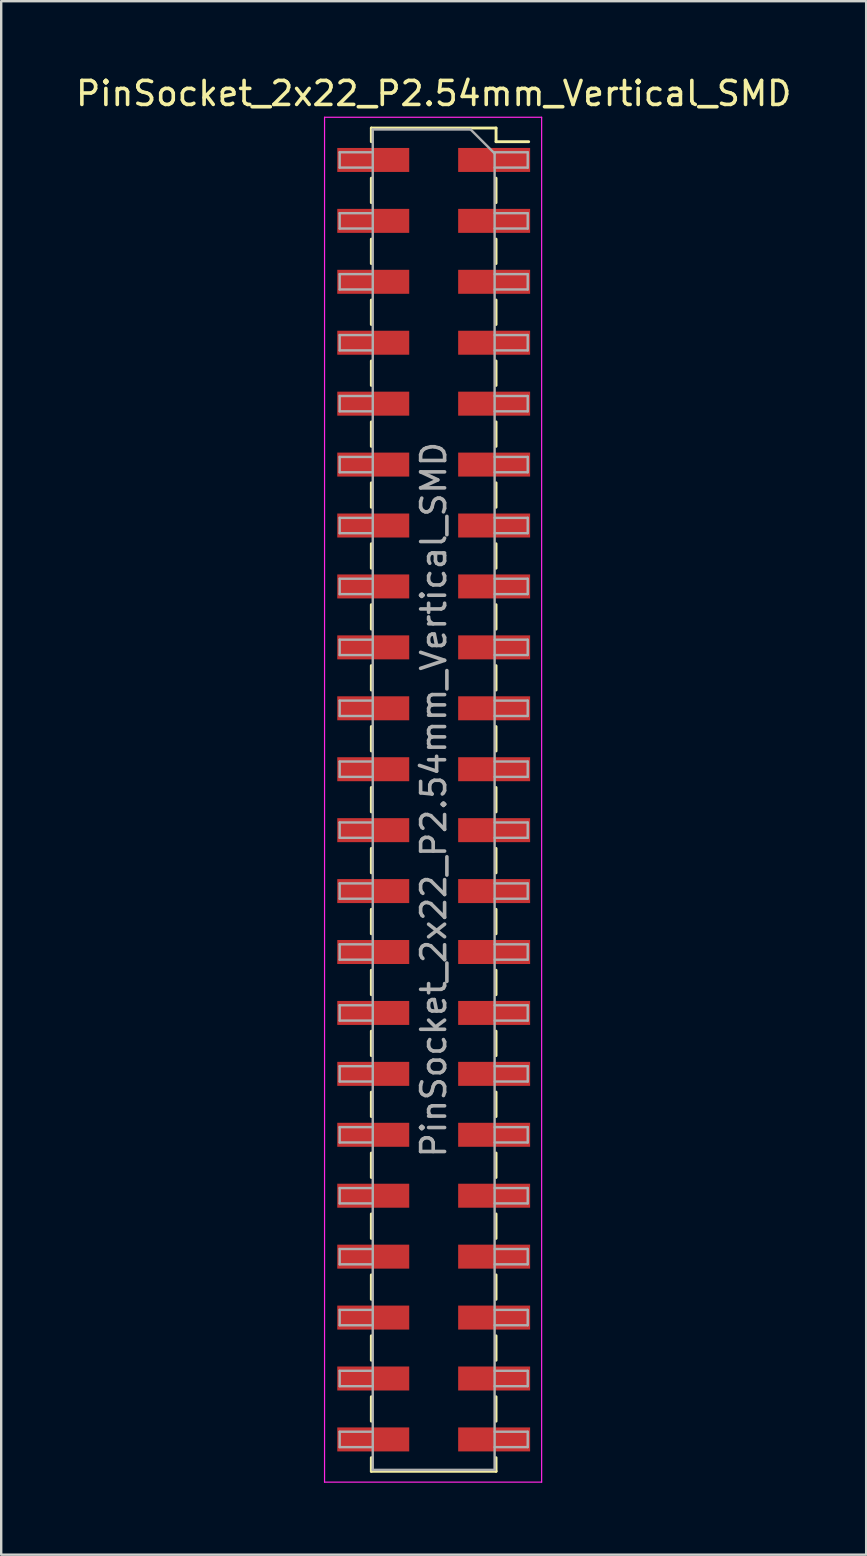
<source format=kicad_pcb>
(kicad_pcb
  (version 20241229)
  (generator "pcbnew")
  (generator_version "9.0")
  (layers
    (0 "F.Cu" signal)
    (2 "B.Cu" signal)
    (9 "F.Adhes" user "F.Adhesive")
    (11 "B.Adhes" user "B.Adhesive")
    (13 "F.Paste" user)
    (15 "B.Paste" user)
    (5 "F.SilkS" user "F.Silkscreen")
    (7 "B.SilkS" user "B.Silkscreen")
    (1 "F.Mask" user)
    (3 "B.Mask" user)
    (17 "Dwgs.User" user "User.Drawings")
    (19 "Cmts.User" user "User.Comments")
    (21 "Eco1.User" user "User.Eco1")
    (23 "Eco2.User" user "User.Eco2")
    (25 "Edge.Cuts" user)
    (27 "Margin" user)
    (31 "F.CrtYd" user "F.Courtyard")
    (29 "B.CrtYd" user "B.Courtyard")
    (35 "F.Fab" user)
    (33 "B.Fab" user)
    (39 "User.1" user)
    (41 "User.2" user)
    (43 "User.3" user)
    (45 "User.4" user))
  (footprint "PinSocket_2x22_P2.54mm_Vertical_SMD"
    (layer "F.Cu")
    (at 15.03 30.288)
    (property "Reference" "PinSocket_2x22_P2.54mm_Vertical_SMD" (at 0 -29.44 0) (layer "F.SilkS") (effects (font (size 1 1) (thickness 0.15))))
    (attr smd)
    (fp_line (start -2.6 -28) (end -2.6 -27.43) (stroke (width 0.12) (type solid)) (layer "F.SilkS"))
    (fp_line (start -2.6 -28) (end 2.6 -28) (stroke (width 0.12) (type solid)) (layer "F.SilkS"))
    (fp_line (start -2.6 -25.91) (end -2.6 -24.89) (stroke (width 0.12) (type solid)) (layer "F.SilkS"))
    (fp_line (start -2.6 -23.37) (end -2.6 -22.35) (stroke (width 0.12) (type solid)) (layer "F.SilkS"))
    (fp_line (start -2.6 -20.83) (end -2.6 -19.81) (stroke (width 0.12) (type solid)) (layer "F.SilkS"))
    (fp_line (start -2.6 -18.29) (end -2.6 -17.27) (stroke (width 0.12) (type solid)) (layer "F.SilkS"))
    (fp_line (start -2.6 -15.75) (end -2.6 -14.73) (stroke (width 0.12) (type solid)) (layer "F.SilkS"))
    (fp_line (start -2.6 -13.21) (end -2.6 -12.19) (stroke (width 0.12) (type solid)) (layer "F.SilkS"))
    (fp_line (start -2.6 -10.67) (end -2.6 -9.65) (stroke (width 0.12) (type solid)) (layer "F.SilkS"))
    (fp_line (start -2.6 -8.13) (end -2.6 -7.11) (stroke (width 0.12) (type solid)) (layer "F.SilkS"))
    (fp_line (start -2.6 -5.59) (end -2.6 -4.57) (stroke (width 0.12) (type solid)) (layer "F.SilkS"))
    (fp_line (start -2.6 -3.05) (end -2.6 -2.03) (stroke (width 0.12) (type solid)) (layer "F.SilkS"))
    (fp_line (start -2.6 -0.51) (end -2.6 0.51) (stroke (width 0.12) (type solid)) (layer "F.SilkS"))
    (fp_line (start -2.6 2.03) (end -2.6 3.05) (stroke (width 0.12) (type solid)) (layer "F.SilkS"))
    (fp_line (start -2.6 4.57) (end -2.6 5.59) (stroke (width 0.12) (type solid)) (layer "F.SilkS"))
    (fp_line (start -2.6 7.11) (end -2.6 8.13) (stroke (width 0.12) (type solid)) (layer "F.SilkS"))
    (fp_line (start -2.6 9.65) (end -2.6 10.67) (stroke (width 0.12) (type solid)) (layer "F.SilkS"))
    (fp_line (start -2.6 12.19) (end -2.6 13.21) (stroke (width 0.12) (type solid)) (layer "F.SilkS"))
    (fp_line (start -2.6 14.73) (end -2.6 15.75) (stroke (width 0.12) (type solid)) (layer "F.SilkS"))
    (fp_line (start -2.6 17.27) (end -2.6 18.29) (stroke (width 0.12) (type solid)) (layer "F.SilkS"))
    (fp_line (start -2.6 19.81) (end -2.6 20.83) (stroke (width 0.12) (type solid)) (layer "F.SilkS"))
    (fp_line (start -2.6 22.35) (end -2.6 23.37) (stroke (width 0.12) (type solid)) (layer "F.SilkS"))
    (fp_line (start -2.6 24.89) (end -2.6 25.91) (stroke (width 0.12) (type solid)) (layer "F.SilkS"))
    (fp_line (start -2.6 27.43) (end -2.6 28) (stroke (width 0.12) (type solid)) (layer "F.SilkS"))
    (fp_line (start -2.6 28) (end 2.6 28) (stroke (width 0.12) (type solid)) (layer "F.SilkS"))
    (fp_line (start 2.6 -28) (end 2.6 -27.43) (stroke (width 0.12) (type solid)) (layer "F.SilkS"))
    (fp_line (start 2.6 -27.43) (end 3.96 -27.43) (stroke (width 0.12) (type solid)) (layer "F.SilkS"))
    (fp_line (start 2.6 -25.91) (end 2.6 -24.89) (stroke (width 0.12) (type solid)) (layer "F.SilkS"))
    (fp_line (start 2.6 -23.37) (end 2.6 -22.35) (stroke (width 0.12) (type solid)) (layer "F.SilkS"))
    (fp_line (start 2.6 -20.83) (end 2.6 -19.81) (stroke (width 0.12) (type solid)) (layer "F.SilkS"))
    (fp_line (start 2.6 -18.29) (end 2.6 -17.27) (stroke (width 0.12) (type solid)) (layer "F.SilkS"))
    (fp_line (start 2.6 -15.75) (end 2.6 -14.73) (stroke (width 0.12) (type solid)) (layer "F.SilkS"))
    (fp_line (start 2.6 -13.21) (end 2.6 -12.19) (stroke (width 0.12) (type solid)) (layer "F.SilkS"))
    (fp_line (start 2.6 -10.67) (end 2.6 -9.65) (stroke (width 0.12) (type solid)) (layer "F.SilkS"))
    (fp_line (start 2.6 -8.13) (end 2.6 -7.11) (stroke (width 0.12) (type solid)) (layer "F.SilkS"))
    (fp_line (start 2.6 -5.59) (end 2.6 -4.57) (stroke (width 0.12) (type solid)) (layer "F.SilkS"))
    (fp_line (start 2.6 -3.05) (end 2.6 -2.03) (stroke (width 0.12) (type solid)) (layer "F.SilkS"))
    (fp_line (start 2.6 -0.51) (end 2.6 0.51) (stroke (width 0.12) (type solid)) (layer "F.SilkS"))
    (fp_line (start 2.6 2.03) (end 2.6 3.05) (stroke (width 0.12) (type solid)) (layer "F.SilkS"))
    (fp_line (start 2.6 4.57) (end 2.6 5.59) (stroke (width 0.12) (type solid)) (layer "F.SilkS"))
    (fp_line (start 2.6 7.11) (end 2.6 8.13) (stroke (width 0.12) (type solid)) (layer "F.SilkS"))
    (fp_line (start 2.6 9.65) (end 2.6 10.67) (stroke (width 0.12) (type solid)) (layer "F.SilkS"))
    (fp_line (start 2.6 12.19) (end 2.6 13.21) (stroke (width 0.12) (type solid)) (layer "F.SilkS"))
    (fp_line (start 2.6 14.73) (end 2.6 15.75) (stroke (width 0.12) (type solid)) (layer "F.SilkS"))
    (fp_line (start 2.6 17.27) (end 2.6 18.29) (stroke (width 0.12) (type solid)) (layer "F.SilkS"))
    (fp_line (start 2.6 19.81) (end 2.6 20.83) (stroke (width 0.12) (type solid)) (layer "F.SilkS"))
    (fp_line (start 2.6 22.35) (end 2.6 23.37) (stroke (width 0.12) (type solid)) (layer "F.SilkS"))
    (fp_line (start 2.6 24.89) (end 2.6 25.91) (stroke (width 0.12) (type solid)) (layer "F.SilkS"))
    (fp_line (start 2.6 27.43) (end 2.6 28) (stroke (width 0.12) (type solid)) (layer "F.SilkS"))
    (fp_line (start -4.55 -28.45) (end 4.5 -28.45) (stroke (width 0.05) (type solid)) (layer "F.CrtYd"))
    (fp_line (start -4.55 28.45) (end -4.55 -28.45) (stroke (width 0.05) (type solid)) (layer "F.CrtYd"))
    (fp_line (start 4.5 -28.45) (end 4.5 28.45) (stroke (width 0.05) (type solid)) (layer "F.CrtYd"))
    (fp_line (start 4.5 28.45) (end -4.55 28.45) (stroke (width 0.05) (type solid)) (layer "F.CrtYd"))
    (fp_line (start -3.92 -26.99) (end -2.54 -26.99) (stroke (width 0.1) (type solid)) (layer "F.Fab"))
    (fp_line (start -3.92 -26.35) (end -3.92 -26.99) (stroke (width 0.1) (type solid)) (layer "F.Fab"))
    (fp_line (start -3.92 -24.45) (end -2.54 -24.45) (stroke (width 0.1) (type solid)) (layer "F.Fab"))
    (fp_line (start -3.92 -23.81) (end -3.92 -24.45) (stroke (width 0.1) (type solid)) (layer "F.Fab"))
    (fp_line (start -3.92 -21.91) (end -2.54 -21.91) (stroke (width 0.1) (type solid)) (layer "F.Fab"))
    (fp_line (start -3.92 -21.27) (end -3.92 -21.91) (stroke (width 0.1) (type solid)) (layer "F.Fab"))
    (fp_line (start -3.92 -19.37) (end -2.54 -19.37) (stroke (width 0.1) (type solid)) (layer "F.Fab"))
    (fp_line (start -3.92 -18.73) (end -3.92 -19.37) (stroke (width 0.1) (type solid)) (layer "F.Fab"))
    (fp_line (start -3.92 -16.83) (end -2.54 -16.83) (stroke (width 0.1) (type solid)) (layer "F.Fab"))
    (fp_line (start -3.92 -16.19) (end -3.92 -16.83) (stroke (width 0.1) (type solid)) (layer "F.Fab"))
    (fp_line (start -3.92 -14.29) (end -2.54 -14.29) (stroke (width 0.1) (type solid)) (layer "F.Fab"))
    (fp_line (start -3.92 -13.65) (end -3.92 -14.29) (stroke (width 0.1) (type solid)) (layer "F.Fab"))
    (fp_line (start -3.92 -11.75) (end -2.54 -11.75) (stroke (width 0.1) (type solid)) (layer "F.Fab"))
    (fp_line (start -3.92 -11.11) (end -3.92 -11.75) (stroke (width 0.1) (type solid)) (layer "F.Fab"))
    (fp_line (start -3.92 -9.21) (end -2.54 -9.21) (stroke (width 0.1) (type solid)) (layer "F.Fab"))
    (fp_line (start -3.92 -8.57) (end -3.92 -9.21) (stroke (width 0.1) (type solid)) (layer "F.Fab"))
    (fp_line (start -3.92 -6.67) (end -2.54 -6.67) (stroke (width 0.1) (type solid)) (layer "F.Fab"))
    (fp_line (start -3.92 -6.03) (end -3.92 -6.67) (stroke (width 0.1) (type solid)) (layer "F.Fab"))
    (fp_line (start -3.92 -4.13) (end -2.54 -4.13) (stroke (width 0.1) (type solid)) (layer "F.Fab"))
    (fp_line (start -3.92 -3.49) (end -3.92 -4.13) (stroke (width 0.1) (type solid)) (layer "F.Fab"))
    (fp_line (start -3.92 -1.59) (end -2.54 -1.59) (stroke (width 0.1) (type solid)) (layer "F.Fab"))
    (fp_line (start -3.92 -0.95) (end -3.92 -1.59) (stroke (width 0.1) (type solid)) (layer "F.Fab"))
    (fp_line (start -3.92 0.95) (end -2.54 0.95) (stroke (width 0.1) (type solid)) (layer "F.Fab"))
    (fp_line (start -3.92 1.59) (end -3.92 0.95) (stroke (width 0.1) (type solid)) (layer "F.Fab"))
    (fp_line (start -3.92 3.49) (end -2.54 3.49) (stroke (width 0.1) (type solid)) (layer "F.Fab"))
    (fp_line (start -3.92 4.13) (end -3.92 3.49) (stroke (width 0.1) (type solid)) (layer "F.Fab"))
    (fp_line (start -3.92 6.03) (end -2.54 6.03) (stroke (width 0.1) (type solid)) (layer "F.Fab"))
    (fp_line (start -3.92 6.67) (end -3.92 6.03) (stroke (width 0.1) (type solid)) (layer "F.Fab"))
    (fp_line (start -3.92 8.57) (end -2.54 8.57) (stroke (width 0.1) (type solid)) (layer "F.Fab"))
    (fp_line (start -3.92 9.21) (end -3.92 8.57) (stroke (width 0.1) (type solid)) (layer "F.Fab"))
    (fp_line (start -3.92 11.11) (end -2.54 11.11) (stroke (width 0.1) (type solid)) (layer "F.Fab"))
    (fp_line (start -3.92 11.75) (end -3.92 11.11) (stroke (width 0.1) (type solid)) (layer "F.Fab"))
    (fp_line (start -3.92 13.65) (end -2.54 13.65) (stroke (width 0.1) (type solid)) (layer "F.Fab"))
    (fp_line (start -3.92 14.29) (end -3.92 13.65) (stroke (width 0.1) (type solid)) (layer "F.Fab"))
    (fp_line (start -3.92 16.19) (end -2.54 16.19) (stroke (width 0.1) (type solid)) (layer "F.Fab"))
    (fp_line (start -3.92 16.83) (end -3.92 16.19) (stroke (width 0.1) (type solid)) (layer "F.Fab"))
    (fp_line (start -3.92 18.73) (end -2.54 18.73) (stroke (width 0.1) (type solid)) (layer "F.Fab"))
    (fp_line (start -3.92 19.37) (end -3.92 18.73) (stroke (width 0.1) (type solid)) (layer "F.Fab"))
    (fp_line (start -3.92 21.27) (end -2.54 21.27) (stroke (width 0.1) (type solid)) (layer "F.Fab"))
    (fp_line (start -3.92 21.91) (end -3.92 21.27) (stroke (width 0.1) (type solid)) (layer "F.Fab"))
    (fp_line (start -3.92 23.81) (end -2.54 23.81) (stroke (width 0.1) (type solid)) (layer "F.Fab"))
    (fp_line (start -3.92 24.45) (end -3.92 23.81) (stroke (width 0.1) (type solid)) (layer "F.Fab"))
    (fp_line (start -3.92 26.35) (end -2.54 26.35) (stroke (width 0.1) (type solid)) (layer "F.Fab"))
    (fp_line (start -3.92 26.99) (end -3.92 26.35) (stroke (width 0.1) (type solid)) (layer "F.Fab"))
    (fp_line (start -2.54 -27.94) (end 1.54 -27.94) (stroke (width 0.1) (type solid)) (layer "F.Fab"))
    (fp_line (start -2.54 -26.35) (end -3.92 -26.35) (stroke (width 0.1) (type solid)) (layer "F.Fab"))
    (fp_line (start -2.54 -23.81) (end -3.92 -23.81) (stroke (width 0.1) (type solid)) (layer "F.Fab"))
    (fp_line (start -2.54 -21.27) (end -3.92 -21.27) (stroke (width 0.1) (type solid)) (layer "F.Fab"))
    (fp_line (start -2.54 -18.73) (end -3.92 -18.73) (stroke (width 0.1) (type solid)) (layer "F.Fab"))
    (fp_line (start -2.54 -16.19) (end -3.92 -16.19) (stroke (width 0.1) (type solid)) (layer "F.Fab"))
    (fp_line (start -2.54 -13.65) (end -3.92 -13.65) (stroke (width 0.1) (type solid)) (layer "F.Fab"))
    (fp_line (start -2.54 -11.11) (end -3.92 -11.11) (stroke (width 0.1) (type solid)) (layer "F.Fab"))
    (fp_line (start -2.54 -8.57) (end -3.92 -8.57) (stroke (width 0.1) (type solid)) (layer "F.Fab"))
    (fp_line (start -2.54 -6.03) (end -3.92 -6.03) (stroke (width 0.1) (type solid)) (layer "F.Fab"))
    (fp_line (start -2.54 -3.49) (end -3.92 -3.49) (stroke (width 0.1) (type solid)) (layer "F.Fab"))
    (fp_line (start -2.54 -0.95) (end -3.92 -0.95) (stroke (width 0.1) (type solid)) (layer "F.Fab"))
    (fp_line (start -2.54 1.59) (end -3.92 1.59) (stroke (width 0.1) (type solid)) (layer "F.Fab"))
    (fp_line (start -2.54 4.13) (end -3.92 4.13) (stroke (width 0.1) (type solid)) (layer "F.Fab"))
    (fp_line (start -2.54 6.67) (end -3.92 6.67) (stroke (width 0.1) (type solid)) (layer "F.Fab"))
    (fp_line (start -2.54 9.21) (end -3.92 9.21) (stroke (width 0.1) (type solid)) (layer "F.Fab"))
    (fp_line (start -2.54 11.75) (end -3.92 11.75) (stroke (width 0.1) (type solid)) (layer "F.Fab"))
    (fp_line (start -2.54 14.29) (end -3.92 14.29) (stroke (width 0.1) (type solid)) (layer "F.Fab"))
    (fp_line (start -2.54 16.83) (end -3.92 16.83) (stroke (width 0.1) (type solid)) (layer "F.Fab"))
    (fp_line (start -2.54 19.37) (end -3.92 19.37) (stroke (width 0.1) (type solid)) (layer "F.Fab"))
    (fp_line (start -2.54 21.91) (end -3.92 21.91) (stroke (width 0.1) (type solid)) (layer "F.Fab"))
    (fp_line (start -2.54 24.45) (end -3.92 24.45) (stroke (width 0.1) (type solid)) (layer "F.Fab"))
    (fp_line (start -2.54 26.99) (end -3.92 26.99) (stroke (width 0.1) (type solid)) (layer "F.Fab"))
    (fp_line (start -2.54 27.94) (end -2.54 -27.94) (stroke (width 0.1) (type solid)) (layer "F.Fab"))
    (fp_line (start 1.54 -27.94) (end 2.54 -26.94) (stroke (width 0.1) (type solid)) (layer "F.Fab"))
    (fp_line (start 2.54 -26.99) (end 3.92 -26.99) (stroke (width 0.1) (type solid)) (layer "F.Fab"))
    (fp_line (start 2.54 -26.94) (end 2.54 27.94) (stroke (width 0.1) (type solid)) (layer "F.Fab"))
    (fp_line (start 2.54 -24.45) (end 3.92 -24.45) (stroke (width 0.1) (type solid)) (layer "F.Fab"))
    (fp_line (start 2.54 -21.91) (end 3.92 -21.91) (stroke (width 0.1) (type solid)) (layer "F.Fab"))
    (fp_line (start 2.54 -19.37) (end 3.92 -19.37) (stroke (width 0.1) (type solid)) (layer "F.Fab"))
    (fp_line (start 2.54 -16.83) (end 3.92 -16.83) (stroke (width 0.1) (type solid)) (layer "F.Fab"))
    (fp_line (start 2.54 -14.29) (end 3.92 -14.29) (stroke (width 0.1) (type solid)) (layer "F.Fab"))
    (fp_line (start 2.54 -11.75) (end 3.92 -11.75) (stroke (width 0.1) (type solid)) (layer "F.Fab"))
    (fp_line (start 2.54 -9.21) (end 3.92 -9.21) (stroke (width 0.1) (type solid)) (layer "F.Fab"))
    (fp_line (start 2.54 -6.67) (end 3.92 -6.67) (stroke (width 0.1) (type solid)) (layer "F.Fab"))
    (fp_line (start 2.54 -4.13) (end 3.92 -4.13) (stroke (width 0.1) (type solid)) (layer "F.Fab"))
    (fp_line (start 2.54 -1.59) (end 3.92 -1.59) (stroke (width 0.1) (type solid)) (layer "F.Fab"))
    (fp_line (start 2.54 0.95) (end 3.92 0.95) (stroke (width 0.1) (type solid)) (layer "F.Fab"))
    (fp_line (start 2.54 3.49) (end 3.92 3.49) (stroke (width 0.1) (type solid)) (layer "F.Fab"))
    (fp_line (start 2.54 6.03) (end 3.92 6.03) (stroke (width 0.1) (type solid)) (layer "F.Fab"))
    (fp_line (start 2.54 8.57) (end 3.92 8.57) (stroke (width 0.1) (type solid)) (layer "F.Fab"))
    (fp_line (start 2.54 11.11) (end 3.92 11.11) (stroke (width 0.1) (type solid)) (layer "F.Fab"))
    (fp_line (start 2.54 13.65) (end 3.92 13.65) (stroke (width 0.1) (type solid)) (layer "F.Fab"))
    (fp_line (start 2.54 16.19) (end 3.92 16.19) (stroke (width 0.1) (type solid)) (layer "F.Fab"))
    (fp_line (start 2.54 18.73) (end 3.92 18.73) (stroke (width 0.1) (type solid)) (layer "F.Fab"))
    (fp_line (start 2.54 21.27) (end 3.92 21.27) (stroke (width 0.1) (type solid)) (layer "F.Fab"))
    (fp_line (start 2.54 23.81) (end 3.92 23.81) (stroke (width 0.1) (type solid)) (layer "F.Fab"))
    (fp_line (start 2.54 26.35) (end 3.92 26.35) (stroke (width 0.1) (type solid)) (layer "F.Fab"))
    (fp_line (start 2.54 27.94) (end -2.54 27.94) (stroke (width 0.1) (type solid)) (layer "F.Fab"))
    (fp_line (start 3.92 -26.99) (end 3.92 -26.35) (stroke (width 0.1) (type solid)) (layer "F.Fab"))
    (fp_line (start 3.92 -26.35) (end 2.54 -26.35) (stroke (width 0.1) (type solid)) (layer "F.Fab"))
    (fp_line (start 3.92 -24.45) (end 3.92 -23.81) (stroke (width 0.1) (type solid)) (layer "F.Fab"))
    (fp_line (start 3.92 -23.81) (end 2.54 -23.81) (stroke (width 0.1) (type solid)) (layer "F.Fab"))
    (fp_line (start 3.92 -21.91) (end 3.92 -21.27) (stroke (width 0.1) (type solid)) (layer "F.Fab"))
    (fp_line (start 3.92 -21.27) (end 2.54 -21.27) (stroke (width 0.1) (type solid)) (layer "F.Fab"))
    (fp_line (start 3.92 -19.37) (end 3.92 -18.73) (stroke (width 0.1) (type solid)) (layer "F.Fab"))
    (fp_line (start 3.92 -18.73) (end 2.54 -18.73) (stroke (width 0.1) (type solid)) (layer "F.Fab"))
    (fp_line (start 3.92 -16.83) (end 3.92 -16.19) (stroke (width 0.1) (type solid)) (layer "F.Fab"))
    (fp_line (start 3.92 -16.19) (end 2.54 -16.19) (stroke (width 0.1) (type solid)) (layer "F.Fab"))
    (fp_line (start 3.92 -14.29) (end 3.92 -13.65) (stroke (width 0.1) (type solid)) (layer "F.Fab"))
    (fp_line (start 3.92 -13.65) (end 2.54 -13.65) (stroke (width 0.1) (type solid)) (layer "F.Fab"))
    (fp_line (start 3.92 -11.75) (end 3.92 -11.11) (stroke (width 0.1) (type solid)) (layer "F.Fab"))
    (fp_line (start 3.92 -11.11) (end 2.54 -11.11) (stroke (width 0.1) (type solid)) (layer "F.Fab"))
    (fp_line (start 3.92 -9.21) (end 3.92 -8.57) (stroke (width 0.1) (type solid)) (layer "F.Fab"))
    (fp_line (start 3.92 -8.57) (end 2.54 -8.57) (stroke (width 0.1) (type solid)) (layer "F.Fab"))
    (fp_line (start 3.92 -6.67) (end 3.92 -6.03) (stroke (width 0.1) (type solid)) (layer "F.Fab"))
    (fp_line (start 3.92 -6.03) (end 2.54 -6.03) (stroke (width 0.1) (type solid)) (layer "F.Fab"))
    (fp_line (start 3.92 -4.13) (end 3.92 -3.49) (stroke (width 0.1) (type solid)) (layer "F.Fab"))
    (fp_line (start 3.92 -3.49) (end 2.54 -3.49) (stroke (width 0.1) (type solid)) (layer "F.Fab"))
    (fp_line (start 3.92 -1.59) (end 3.92 -0.95) (stroke (width 0.1) (type solid)) (layer "F.Fab"))
    (fp_line (start 3.92 -0.95) (end 2.54 -0.95) (stroke (width 0.1) (type solid)) (layer "F.Fab"))
    (fp_line (start 3.92 0.95) (end 3.92 1.59) (stroke (width 0.1) (type solid)) (layer "F.Fab"))
    (fp_line (start 3.92 1.59) (end 2.54 1.59) (stroke (width 0.1) (type solid)) (layer "F.Fab"))
    (fp_line (start 3.92 3.49) (end 3.92 4.13) (stroke (width 0.1) (type solid)) (layer "F.Fab"))
    (fp_line (start 3.92 4.13) (end 2.54 4.13) (stroke (width 0.1) (type solid)) (layer "F.Fab"))
    (fp_line (start 3.92 6.03) (end 3.92 6.67) (stroke (width 0.1) (type solid)) (layer "F.Fab"))
    (fp_line (start 3.92 6.67) (end 2.54 6.67) (stroke (width 0.1) (type solid)) (layer "F.Fab"))
    (fp_line (start 3.92 8.57) (end 3.92 9.21) (stroke (width 0.1) (type solid)) (layer "F.Fab"))
    (fp_line (start 3.92 9.21) (end 2.54 9.21) (stroke (width 0.1) (type solid)) (layer "F.Fab"))
    (fp_line (start 3.92 11.11) (end 3.92 11.75) (stroke (width 0.1) (type solid)) (layer "F.Fab"))
    (fp_line (start 3.92 11.75) (end 2.54 11.75) (stroke (width 0.1) (type solid)) (layer "F.Fab"))
    (fp_line (start 3.92 13.65) (end 3.92 14.29) (stroke (width 0.1) (type solid)) (layer "F.Fab"))
    (fp_line (start 3.92 14.29) (end 2.54 14.29) (stroke (width 0.1) (type solid)) (layer "F.Fab"))
    (fp_line (start 3.92 16.19) (end 3.92 16.83) (stroke (width 0.1) (type solid)) (layer "F.Fab"))
    (fp_line (start 3.92 16.83) (end 2.54 16.83) (stroke (width 0.1) (type solid)) (layer "F.Fab"))
    (fp_line (start 3.92 18.73) (end 3.92 19.37) (stroke (width 0.1) (type solid)) (layer "F.Fab"))
    (fp_line (start 3.92 19.37) (end 2.54 19.37) (stroke (width 0.1) (type solid)) (layer "F.Fab"))
    (fp_line (start 3.92 21.27) (end 3.92 21.91) (stroke (width 0.1) (type solid)) (layer "F.Fab"))
    (fp_line (start 3.92 21.91) (end 2.54 21.91) (stroke (width 0.1) (type solid)) (layer "F.Fab"))
    (fp_line (start 3.92 23.81) (end 3.92 24.45) (stroke (width 0.1) (type solid)) (layer "F.Fab"))
    (fp_line (start 3.92 24.45) (end 2.54 24.45) (stroke (width 0.1) (type solid)) (layer "F.Fab"))
    (fp_line (start 3.92 26.35) (end 3.92 26.99) (stroke (width 0.1) (type solid)) (layer "F.Fab"))
    (fp_line (start 3.92 26.99) (end 2.54 26.99) (stroke (width 0.1) (type solid)) (layer "F.Fab"))
    (fp_text user "${REFERENCE}" (at 0 0 90) (layer "F.Fab") (effects (font (size 1 1) (thickness 0.15))))
    (pad "1" smd rect (at 2.52 -26.67) (size 3 1) (layers "F.Cu" "F.Mask" "F.Paste"))
    (pad "2" smd rect (at -2.52 -26.67) (size 3 1) (layers "F.Cu" "F.Mask" "F.Paste"))
    (pad "3" smd rect (at 2.52 -24.13) (size 3 1) (layers "F.Cu" "F.Mask" "F.Paste"))
    (pad "4" smd rect (at -2.52 -24.13) (size 3 1) (layers "F.Cu" "F.Mask" "F.Paste"))
    (pad "5" smd rect (at 2.52 -21.59) (size 3 1) (layers "F.Cu" "F.Mask" "F.Paste"))
    (pad "6" smd rect (at -2.52 -21.59) (size 3 1) (layers "F.Cu" "F.Mask" "F.Paste"))
    (pad "7" smd rect (at 2.52 -19.05) (size 3 1) (layers "F.Cu" "F.Mask" "F.Paste"))
    (pad "8" smd rect (at -2.52 -19.05) (size 3 1) (layers "F.Cu" "F.Mask" "F.Paste"))
    (pad "9" smd rect (at 2.52 -16.51) (size 3 1) (layers "F.Cu" "F.Mask" "F.Paste"))
    (pad "10" smd rect (at -2.52 -16.51) (size 3 1) (layers "F.Cu" "F.Mask" "F.Paste"))
    (pad "11" smd rect (at 2.52 -13.97) (size 3 1) (layers "F.Cu" "F.Mask" "F.Paste"))
    (pad "12" smd rect (at -2.52 -13.97) (size 3 1) (layers "F.Cu" "F.Mask" "F.Paste"))
    (pad "13" smd rect (at 2.52 -11.43) (size 3 1) (layers "F.Cu" "F.Mask" "F.Paste"))
    (pad "14" smd rect (at -2.52 -11.43) (size 3 1) (layers "F.Cu" "F.Mask" "F.Paste"))
    (pad "15" smd rect (at 2.52 -8.89) (size 3 1) (layers "F.Cu" "F.Mask" "F.Paste"))
    (pad "16" smd rect (at -2.52 -8.89) (size 3 1) (layers "F.Cu" "F.Mask" "F.Paste"))
    (pad "17" smd rect (at 2.52 -6.35) (size 3 1) (layers "F.Cu" "F.Mask" "F.Paste"))
    (pad "18" smd rect (at -2.52 -6.35) (size 3 1) (layers "F.Cu" "F.Mask" "F.Paste"))
    (pad "19" smd rect (at 2.52 -3.81) (size 3 1) (layers "F.Cu" "F.Mask" "F.Paste"))
    (pad "20" smd rect (at -2.52 -3.81) (size 3 1) (layers "F.Cu" "F.Mask" "F.Paste"))
    (pad "21" smd rect (at 2.52 -1.27) (size 3 1) (layers "F.Cu" "F.Mask" "F.Paste"))
    (pad "22" smd rect (at -2.52 -1.27) (size 3 1) (layers "F.Cu" "F.Mask" "F.Paste"))
    (pad "23" smd rect (at 2.52 1.27) (size 3 1) (layers "F.Cu" "F.Mask" "F.Paste"))
    (pad "24" smd rect (at -2.52 1.27) (size 3 1) (layers "F.Cu" "F.Mask" "F.Paste"))
    (pad "25" smd rect (at 2.52 3.81) (size 3 1) (layers "F.Cu" "F.Mask" "F.Paste"))
    (pad "26" smd rect (at -2.52 3.81) (size 3 1) (layers "F.Cu" "F.Mask" "F.Paste"))
    (pad "27" smd rect (at 2.52 6.35) (size 3 1) (layers "F.Cu" "F.Mask" "F.Paste"))
    (pad "28" smd rect (at -2.52 6.35) (size 3 1) (layers "F.Cu" "F.Mask" "F.Paste"))
    (pad "29" smd rect (at 2.52 8.89) (size 3 1) (layers "F.Cu" "F.Mask" "F.Paste"))
    (pad "30" smd rect (at -2.52 8.89) (size 3 1) (layers "F.Cu" "F.Mask" "F.Paste"))
    (pad "31" smd rect (at 2.52 11.43) (size 3 1) (layers "F.Cu" "F.Mask" "F.Paste"))
    (pad "32" smd rect (at -2.52 11.43) (size 3 1) (layers "F.Cu" "F.Mask" "F.Paste"))
    (pad "33" smd rect (at 2.52 13.97) (size 3 1) (layers "F.Cu" "F.Mask" "F.Paste"))
    (pad "34" smd rect (at -2.52 13.97) (size 3 1) (layers "F.Cu" "F.Mask" "F.Paste"))
    (pad "35" smd rect (at 2.52 16.51) (size 3 1) (layers "F.Cu" "F.Mask" "F.Paste"))
    (pad "36" smd rect (at -2.52 16.51) (size 3 1) (layers "F.Cu" "F.Mask" "F.Paste"))
    (pad "37" smd rect (at 2.52 19.05) (size 3 1) (layers "F.Cu" "F.Mask" "F.Paste"))
    (pad "38" smd rect (at -2.52 19.05) (size 3 1) (layers "F.Cu" "F.Mask" "F.Paste"))
    (pad "39" smd rect (at 2.52 21.59) (size 3 1) (layers "F.Cu" "F.Mask" "F.Paste"))
    (pad "40" smd rect (at -2.52 21.59) (size 3 1) (layers "F.Cu" "F.Mask" "F.Paste"))
    (pad "41" smd rect (at 2.52 24.13) (size 3 1) (layers "F.Cu" "F.Mask" "F.Paste"))
    (pad "42" smd rect (at -2.52 24.13) (size 3 1) (layers "F.Cu" "F.Mask" "F.Paste"))
    (pad "43" smd rect (at 2.52 26.67) (size 3 1) (layers "F.Cu" "F.Mask" "F.Paste"))
    (pad "44" smd rect (at -2.52 26.67) (size 3 1) (layers "F.Cu" "F.Mask" "F.Paste")))
  (gr_rect
    (start -3 -3)
    (end 33.06 61.763)
    (stroke (width 0.1) (type default))
    (fill no)
    (layer "Edge.Cuts")))
</source>
